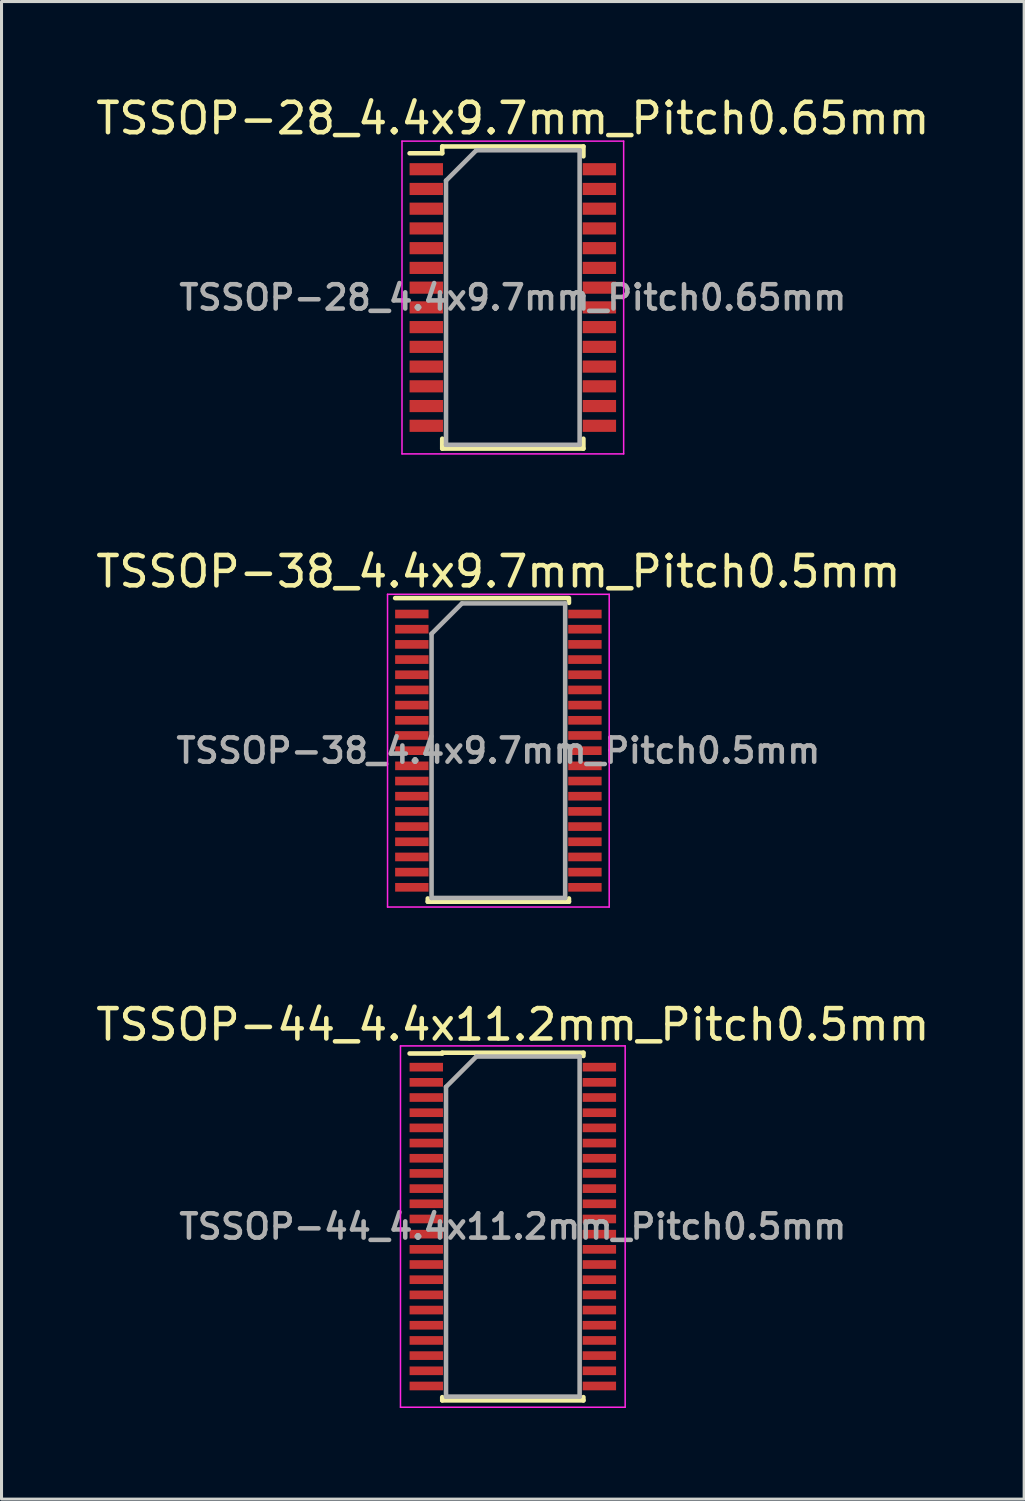
<source format=kicad_pcb>
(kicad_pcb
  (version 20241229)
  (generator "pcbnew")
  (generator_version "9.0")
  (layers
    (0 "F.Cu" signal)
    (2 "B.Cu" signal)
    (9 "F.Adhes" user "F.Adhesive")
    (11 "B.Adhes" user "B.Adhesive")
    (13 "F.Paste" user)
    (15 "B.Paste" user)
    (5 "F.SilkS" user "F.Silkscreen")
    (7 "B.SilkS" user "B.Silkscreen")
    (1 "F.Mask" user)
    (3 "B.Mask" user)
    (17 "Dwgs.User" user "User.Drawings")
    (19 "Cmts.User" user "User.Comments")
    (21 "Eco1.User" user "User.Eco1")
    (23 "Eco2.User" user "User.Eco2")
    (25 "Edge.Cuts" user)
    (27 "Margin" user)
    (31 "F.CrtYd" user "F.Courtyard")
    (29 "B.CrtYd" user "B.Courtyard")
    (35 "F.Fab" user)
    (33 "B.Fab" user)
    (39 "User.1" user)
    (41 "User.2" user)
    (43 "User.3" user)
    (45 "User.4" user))
  (footprint "TSSOP-38_4.4x9.7mm_Pitch0.5mm"
    (layer "F.Cu")
    (at 13.363 21.672)
    (property "Reference" "TSSOP-38_4.4x9.7mm_Pitch0.5mm" (at 0 -5.9 0) (layer "F.SilkS") (effects (font (size 1 1) (thickness 0.15))))
    (attr smd)
    (fp_line (start -3.4 -5.025) (end 2.325 -5.025) (stroke (width 0.15) (type solid)) (layer "F.SilkS"))
    (fp_line (start -2.325 4.975) (end -2.325 4.867) (stroke (width 0.15) (type solid)) (layer "F.SilkS"))
    (fp_line (start -2.325 4.975) (end 2.325 4.975) (stroke (width 0.15) (type solid)) (layer "F.SilkS"))
    (fp_line (start 2.325 -4.975) (end 2.325 -4.867) (stroke (width 0.15) (type solid)) (layer "F.SilkS"))
    (fp_line (start 2.325 4.975) (end 2.325 4.867) (stroke (width 0.15) (type solid)) (layer "F.SilkS"))
    (fp_line (start -3.65 -5.15) (end -3.65 5.15) (stroke (width 0.05) (type solid)) (layer "F.CrtYd"))
    (fp_line (start -3.65 -5.15) (end 3.65 -5.15) (stroke (width 0.05) (type solid)) (layer "F.CrtYd"))
    (fp_line (start -3.65 5.15) (end 3.65 5.15) (stroke (width 0.05) (type solid)) (layer "F.CrtYd"))
    (fp_line (start 3.65 -5.15) (end 3.65 5.15) (stroke (width 0.05) (type solid)) (layer "F.CrtYd"))
    (fp_line (start -2.2 -3.85) (end -1.2 -4.85) (stroke (width 0.15) (type solid)) (layer "F.Fab"))
    (fp_line (start -2.2 4.85) (end -2.2 -3.85) (stroke (width 0.15) (type solid)) (layer "F.Fab"))
    (fp_line (start -1.2 -4.85) (end 2.2 -4.85) (stroke (width 0.15) (type solid)) (layer "F.Fab"))
    (fp_line (start 2.2 -4.85) (end 2.2 4.85) (stroke (width 0.15) (type solid)) (layer "F.Fab"))
    (fp_line (start 2.2 4.85) (end -2.2 4.85) (stroke (width 0.15) (type solid)) (layer "F.Fab"))
    (fp_text user "${REFERENCE}" (at 0 0 0) (layer "F.Fab") (effects (font (size 0.8 0.8) (thickness 0.15))))
    (pad "1" smd rect (at -2.85 -4.5) (size 1.1 0.285) (layers "F.Cu" "F.Mask" "F.Paste"))
    (pad "2" smd rect (at -2.85 -4) (size 1.1 0.285) (layers "F.Cu" "F.Mask" "F.Paste"))
    (pad "3" smd rect (at -2.85 -3.5) (size 1.1 0.285) (layers "F.Cu" "F.Mask" "F.Paste"))
    (pad "4" smd rect (at -2.85 -3) (size 1.1 0.285) (layers "F.Cu" "F.Mask" "F.Paste"))
    (pad "5" smd rect (at -2.85 -2.5) (size 1.1 0.285) (layers "F.Cu" "F.Mask" "F.Paste"))
    (pad "6" smd rect (at -2.85 -2) (size 1.1 0.285) (layers "F.Cu" "F.Mask" "F.Paste"))
    (pad "7" smd rect (at -2.85 -1.5) (size 1.1 0.285) (layers "F.Cu" "F.Mask" "F.Paste"))
    (pad "8" smd rect (at -2.85 -1) (size 1.1 0.285) (layers "F.Cu" "F.Mask" "F.Paste"))
    (pad "9" smd rect (at -2.85 -0.5) (size 1.1 0.285) (layers "F.Cu" "F.Mask" "F.Paste"))
    (pad "10" smd rect (at -2.85 0) (size 1.1 0.285) (layers "F.Cu" "F.Mask" "F.Paste"))
    (pad "11" smd rect (at -2.85 0.5) (size 1.1 0.285) (layers "F.Cu" "F.Mask" "F.Paste"))
    (pad "12" smd rect (at -2.85 1) (size 1.1 0.285) (layers "F.Cu" "F.Mask" "F.Paste"))
    (pad "13" smd rect (at -2.85 1.5) (size 1.1 0.285) (layers "F.Cu" "F.Mask" "F.Paste"))
    (pad "14" smd rect (at -2.85 2) (size 1.1 0.285) (layers "F.Cu" "F.Mask" "F.Paste"))
    (pad "15" smd rect (at -2.85 2.5) (size 1.1 0.285) (layers "F.Cu" "F.Mask" "F.Paste"))
    (pad "16" smd rect (at -2.85 3) (size 1.1 0.285) (layers "F.Cu" "F.Mask" "F.Paste"))
    (pad "17" smd rect (at -2.85 3.5) (size 1.1 0.285) (layers "F.Cu" "F.Mask" "F.Paste"))
    (pad "18" smd rect (at -2.85 4) (size 1.1 0.285) (layers "F.Cu" "F.Mask" "F.Paste"))
    (pad "19" smd rect (at -2.85 4.5) (size 1.1 0.285) (layers "F.Cu" "F.Mask" "F.Paste"))
    (pad "20" smd rect (at 2.85 4.5) (size 1.1 0.285) (layers "F.Cu" "F.Mask" "F.Paste"))
    (pad "21" smd rect (at 2.85 4) (size 1.1 0.285) (layers "F.Cu" "F.Mask" "F.Paste"))
    (pad "22" smd rect (at 2.85 3.5) (size 1.1 0.285) (layers "F.Cu" "F.Mask" "F.Paste"))
    (pad "23" smd rect (at 2.85 3) (size 1.1 0.285) (layers "F.Cu" "F.Mask" "F.Paste"))
    (pad "24" smd rect (at 2.85 2.5) (size 1.1 0.285) (layers "F.Cu" "F.Mask" "F.Paste"))
    (pad "25" smd rect (at 2.85 2) (size 1.1 0.285) (layers "F.Cu" "F.Mask" "F.Paste"))
    (pad "26" smd rect (at 2.85 1.5) (size 1.1 0.285) (layers "F.Cu" "F.Mask" "F.Paste"))
    (pad "27" smd rect (at 2.85 1) (size 1.1 0.285) (layers "F.Cu" "F.Mask" "F.Paste"))
    (pad "28" smd rect (at 2.85 0.5) (size 1.1 0.285) (layers "F.Cu" "F.Mask" "F.Paste"))
    (pad "29" smd rect (at 2.85 0) (size 1.1 0.285) (layers "F.Cu" "F.Mask" "F.Paste"))
    (pad "30" smd rect (at 2.85 -0.5) (size 1.1 0.285) (layers "F.Cu" "F.Mask" "F.Paste"))
    (pad "31" smd rect (at 2.85 -1) (size 1.1 0.285) (layers "F.Cu" "F.Mask" "F.Paste"))
    (pad "32" smd rect (at 2.85 -1.5) (size 1.1 0.285) (layers "F.Cu" "F.Mask" "F.Paste"))
    (pad "33" smd rect (at 2.85 -2) (size 1.1 0.285) (layers "F.Cu" "F.Mask" "F.Paste"))
    (pad "34" smd rect (at 2.85 -2.5) (size 1.1 0.285) (layers "F.Cu" "F.Mask" "F.Paste"))
    (pad "35" smd rect (at 2.85 -3) (size 1.1 0.285) (layers "F.Cu" "F.Mask" "F.Paste"))
    (pad "36" smd rect (at 2.85 -3.5) (size 1.1 0.285) (layers "F.Cu" "F.Mask" "F.Paste"))
    (pad "37" smd rect (at 2.85 -4) (size 1.1 0.285) (layers "F.Cu" "F.Mask" "F.Paste"))
    (pad "38" smd rect (at 2.85 -4.5) (size 1.1 0.285) (layers "F.Cu" "F.Mask" "F.Paste")))
  (footprint "TSSOP-44_4.4x11.2mm_Pitch0.5mm"
    (layer "F.Cu")
    (at 13.839 37.345)
    (property "Reference" "TSSOP-44_4.4x11.2mm_Pitch0.5mm" (at 0 -6.65 0) (layer "F.SilkS") (effects (font (size 1 1) (thickness 0.15))))
    (attr smd)
    (fp_line (start -2.325 -5.725) (end -2.325 -5.7) (stroke (width 0.15) (type solid)) (layer "F.SilkS"))
    (fp_line (start -2.325 -5.725) (end 2.325 -5.725) (stroke (width 0.15) (type solid)) (layer "F.SilkS"))
    (fp_line (start -2.325 -5.7) (end -3.4 -5.7) (stroke (width 0.15) (type solid)) (layer "F.SilkS"))
    (fp_line (start -2.325 5.725) (end -2.325 5.617) (stroke (width 0.15) (type solid)) (layer "F.SilkS"))
    (fp_line (start -2.325 5.725) (end 2.325 5.725) (stroke (width 0.15) (type solid)) (layer "F.SilkS"))
    (fp_line (start 2.325 -5.725) (end 2.325 -5.617) (stroke (width 0.15) (type solid)) (layer "F.SilkS"))
    (fp_line (start 2.325 5.725) (end 2.325 5.617) (stroke (width 0.15) (type solid)) (layer "F.SilkS"))
    (fp_line (start -3.7 -5.95) (end -3.7 5.95) (stroke (width 0.05) (type solid)) (layer "F.CrtYd"))
    (fp_line (start -3.7 -5.95) (end 3.7 -5.95) (stroke (width 0.05) (type solid)) (layer "F.CrtYd"))
    (fp_line (start -3.7 5.95) (end 3.7 5.95) (stroke (width 0.05) (type solid)) (layer "F.CrtYd"))
    (fp_line (start 3.7 -5.95) (end 3.7 5.95) (stroke (width 0.05) (type solid)) (layer "F.CrtYd"))
    (fp_line (start -2.2 -4.6) (end -1.2 -5.6) (stroke (width 0.15) (type solid)) (layer "F.Fab"))
    (fp_line (start -2.2 5.6) (end -2.2 -4.6) (stroke (width 0.15) (type solid)) (layer "F.Fab"))
    (fp_line (start -1.2 -5.6) (end 2.2 -5.6) (stroke (width 0.15) (type solid)) (layer "F.Fab"))
    (fp_line (start 2.2 -5.6) (end 2.2 5.6) (stroke (width 0.15) (type solid)) (layer "F.Fab"))
    (fp_line (start 2.2 5.6) (end -2.2 5.6) (stroke (width 0.15) (type solid)) (layer "F.Fab"))
    (fp_text user "${REFERENCE}" (at 0 0 0) (layer "F.Fab") (effects (font (size 0.8 0.8) (thickness 0.15))))
    (pad "1" smd rect (at -2.85 -5.25) (size 1.1 0.285) (layers "F.Cu" "F.Mask" "F.Paste"))
    (pad "2" smd rect (at -2.85 -4.75) (size 1.1 0.285) (layers "F.Cu" "F.Mask" "F.Paste"))
    (pad "3" smd rect (at -2.85 -4.25) (size 1.1 0.285) (layers "F.Cu" "F.Mask" "F.Paste"))
    (pad "4" smd rect (at -2.85 -3.75) (size 1.1 0.285) (layers "F.Cu" "F.Mask" "F.Paste"))
    (pad "5" smd rect (at -2.85 -3.25) (size 1.1 0.285) (layers "F.Cu" "F.Mask" "F.Paste"))
    (pad "6" smd rect (at -2.85 -2.75) (size 1.1 0.285) (layers "F.Cu" "F.Mask" "F.Paste"))
    (pad "7" smd rect (at -2.85 -2.25) (size 1.1 0.285) (layers "F.Cu" "F.Mask" "F.Paste"))
    (pad "8" smd rect (at -2.85 -1.75) (size 1.1 0.285) (layers "F.Cu" "F.Mask" "F.Paste"))
    (pad "9" smd rect (at -2.85 -1.25) (size 1.1 0.285) (layers "F.Cu" "F.Mask" "F.Paste"))
    (pad "10" smd rect (at -2.85 -0.75) (size 1.1 0.285) (layers "F.Cu" "F.Mask" "F.Paste"))
    (pad "11" smd rect (at -2.85 -0.25) (size 1.1 0.285) (layers "F.Cu" "F.Mask" "F.Paste"))
    (pad "12" smd rect (at -2.85 0.25) (size 1.1 0.285) (layers "F.Cu" "F.Mask" "F.Paste"))
    (pad "13" smd rect (at -2.85 0.75) (size 1.1 0.285) (layers "F.Cu" "F.Mask" "F.Paste"))
    (pad "14" smd rect (at -2.85 1.25) (size 1.1 0.285) (layers "F.Cu" "F.Mask" "F.Paste"))
    (pad "15" smd rect (at -2.85 1.75) (size 1.1 0.285) (layers "F.Cu" "F.Mask" "F.Paste"))
    (pad "16" smd rect (at -2.85 2.25) (size 1.1 0.285) (layers "F.Cu" "F.Mask" "F.Paste"))
    (pad "17" smd rect (at -2.85 2.75) (size 1.1 0.285) (layers "F.Cu" "F.Mask" "F.Paste"))
    (pad "18" smd rect (at -2.85 3.25) (size 1.1 0.285) (layers "F.Cu" "F.Mask" "F.Paste"))
    (pad "19" smd rect (at -2.85 3.75) (size 1.1 0.285) (layers "F.Cu" "F.Mask" "F.Paste"))
    (pad "20" smd rect (at -2.85 4.25) (size 1.1 0.285) (layers "F.Cu" "F.Mask" "F.Paste"))
    (pad "21" smd rect (at -2.85 4.75) (size 1.1 0.285) (layers "F.Cu" "F.Mask" "F.Paste"))
    (pad "22" smd rect (at -2.85 5.25) (size 1.1 0.285) (layers "F.Cu" "F.Mask" "F.Paste"))
    (pad "23" smd rect (at 2.85 5.25) (size 1.1 0.285) (layers "F.Cu" "F.Mask" "F.Paste"))
    (pad "24" smd rect (at 2.85 4.75) (size 1.1 0.285) (layers "F.Cu" "F.Mask" "F.Paste"))
    (pad "25" smd rect (at 2.85 4.25) (size 1.1 0.285) (layers "F.Cu" "F.Mask" "F.Paste"))
    (pad "26" smd rect (at 2.85 3.75) (size 1.1 0.285) (layers "F.Cu" "F.Mask" "F.Paste"))
    (pad "27" smd rect (at 2.85 3.25) (size 1.1 0.285) (layers "F.Cu" "F.Mask" "F.Paste"))
    (pad "28" smd rect (at 2.85 2.75) (size 1.1 0.285) (layers "F.Cu" "F.Mask" "F.Paste"))
    (pad "29" smd rect (at 2.85 2.25) (size 1.1 0.285) (layers "F.Cu" "F.Mask" "F.Paste"))
    (pad "30" smd rect (at 2.85 1.75) (size 1.1 0.285) (layers "F.Cu" "F.Mask" "F.Paste"))
    (pad "31" smd rect (at 2.85 1.25) (size 1.1 0.285) (layers "F.Cu" "F.Mask" "F.Paste"))
    (pad "32" smd rect (at 2.85 0.75) (size 1.1 0.285) (layers "F.Cu" "F.Mask" "F.Paste"))
    (pad "33" smd rect (at 2.85 0.25) (size 1.1 0.285) (layers "F.Cu" "F.Mask" "F.Paste"))
    (pad "34" smd rect (at 2.85 -0.25) (size 1.1 0.285) (layers "F.Cu" "F.Mask" "F.Paste"))
    (pad "35" smd rect (at 2.85 -0.75) (size 1.1 0.285) (layers "F.Cu" "F.Mask" "F.Paste"))
    (pad "36" smd rect (at 2.85 -1.25) (size 1.1 0.285) (layers "F.Cu" "F.Mask" "F.Paste"))
    (pad "37" smd rect (at 2.85 -1.75) (size 1.1 0.285) (layers "F.Cu" "F.Mask" "F.Paste"))
    (pad "38" smd rect (at 2.85 -2.25) (size 1.1 0.285) (layers "F.Cu" "F.Mask" "F.Paste"))
    (pad "39" smd rect (at 2.85 -2.75) (size 1.1 0.285) (layers "F.Cu" "F.Mask" "F.Paste"))
    (pad "40" smd rect (at 2.85 -3.25) (size 1.1 0.285) (layers "F.Cu" "F.Mask" "F.Paste"))
    (pad "41" smd rect (at 2.85 -3.75) (size 1.1 0.285) (layers "F.Cu" "F.Mask" "F.Paste"))
    (pad "42" smd rect (at 2.85 -4.25) (size 1.1 0.285) (layers "F.Cu" "F.Mask" "F.Paste"))
    (pad "43" smd rect (at 2.85 -4.75) (size 1.1 0.285) (layers "F.Cu" "F.Mask" "F.Paste"))
    (pad "44" smd rect (at 2.85 -5.25) (size 1.1 0.285) (layers "F.Cu" "F.Mask" "F.Paste")))
  (footprint "TSSOP-28_4.4x9.7mm_Pitch0.65mm"
    (layer "F.Cu")
    (at 13.839 6.748)
    (property "Reference" "TSSOP-28_4.4x9.7mm_Pitch0.65mm" (at 0 -5.9 0) (layer "F.SilkS") (effects (font (size 1 1) (thickness 0.15))))
    (attr smd)
    (fp_line (start -2.325 -4.975) (end -2.325 -4.75) (stroke (width 0.15) (type solid)) (layer "F.SilkS"))
    (fp_line (start -2.325 -4.975) (end 2.325 -4.975) (stroke (width 0.15) (type solid)) (layer "F.SilkS"))
    (fp_line (start -2.325 -4.75) (end -3.4 -4.75) (stroke (width 0.15) (type solid)) (layer "F.SilkS"))
    (fp_line (start -2.325 4.975) (end -2.325 4.65) (stroke (width 0.15) (type solid)) (layer "F.SilkS"))
    (fp_line (start -2.325 4.975) (end 2.325 4.975) (stroke (width 0.15) (type solid)) (layer "F.SilkS"))
    (fp_line (start 2.325 -4.975) (end 2.325 -4.65) (stroke (width 0.15) (type solid)) (layer "F.SilkS"))
    (fp_line (start 2.325 4.975) (end 2.325 4.65) (stroke (width 0.15) (type solid)) (layer "F.SilkS"))
    (fp_line (start -3.65 -5.15) (end -3.65 5.15) (stroke (width 0.05) (type solid)) (layer "F.CrtYd"))
    (fp_line (start -3.65 -5.15) (end 3.65 -5.15) (stroke (width 0.05) (type solid)) (layer "F.CrtYd"))
    (fp_line (start -3.65 5.15) (end 3.65 5.15) (stroke (width 0.05) (type solid)) (layer "F.CrtYd"))
    (fp_line (start 3.65 -5.15) (end 3.65 5.15) (stroke (width 0.05) (type solid)) (layer "F.CrtYd"))
    (fp_line (start -2.2 -3.85) (end -1.2 -4.85) (stroke (width 0.15) (type solid)) (layer "F.Fab"))
    (fp_line (start -2.2 4.85) (end -2.2 -3.85) (stroke (width 0.15) (type solid)) (layer "F.Fab"))
    (fp_line (start -1.2 -4.85) (end 2.2 -4.85) (stroke (width 0.15) (type solid)) (layer "F.Fab"))
    (fp_line (start 2.2 -4.85) (end 2.2 4.85) (stroke (width 0.15) (type solid)) (layer "F.Fab"))
    (fp_line (start 2.2 4.85) (end -2.2 4.85) (stroke (width 0.15) (type solid)) (layer "F.Fab"))
    (fp_text user "${REFERENCE}" (at 0 0 0) (layer "F.Fab") (effects (font (size 0.8 0.8) (thickness 0.15))))
    (pad "1" smd rect (at -2.85 -4.225) (size 1.1 0.4) (layers "F.Cu" "F.Mask" "F.Paste"))
    (pad "2" smd rect (at -2.85 -3.575) (size 1.1 0.4) (layers "F.Cu" "F.Mask" "F.Paste"))
    (pad "3" smd rect (at -2.85 -2.925) (size 1.1 0.4) (layers "F.Cu" "F.Mask" "F.Paste"))
    (pad "4" smd rect (at -2.85 -2.275) (size 1.1 0.4) (layers "F.Cu" "F.Mask" "F.Paste"))
    (pad "5" smd rect (at -2.85 -1.625) (size 1.1 0.4) (layers "F.Cu" "F.Mask" "F.Paste"))
    (pad "6" smd rect (at -2.85 -0.975) (size 1.1 0.4) (layers "F.Cu" "F.Mask" "F.Paste"))
    (pad "7" smd rect (at -2.85 -0.325) (size 1.1 0.4) (layers "F.Cu" "F.Mask" "F.Paste"))
    (pad "8" smd rect (at -2.85 0.325) (size 1.1 0.4) (layers "F.Cu" "F.Mask" "F.Paste"))
    (pad "9" smd rect (at -2.85 0.975) (size 1.1 0.4) (layers "F.Cu" "F.Mask" "F.Paste"))
    (pad "10" smd rect (at -2.85 1.625) (size 1.1 0.4) (layers "F.Cu" "F.Mask" "F.Paste"))
    (pad "11" smd rect (at -2.85 2.275) (size 1.1 0.4) (layers "F.Cu" "F.Mask" "F.Paste"))
    (pad "12" smd rect (at -2.85 2.925) (size 1.1 0.4) (layers "F.Cu" "F.Mask" "F.Paste"))
    (pad "13" smd rect (at -2.85 3.575) (size 1.1 0.4) (layers "F.Cu" "F.Mask" "F.Paste"))
    (pad "14" smd rect (at -2.85 4.225) (size 1.1 0.4) (layers "F.Cu" "F.Mask" "F.Paste"))
    (pad "15" smd rect (at 2.85 4.225) (size 1.1 0.4) (layers "F.Cu" "F.Mask" "F.Paste"))
    (pad "16" smd rect (at 2.85 3.575) (size 1.1 0.4) (layers "F.Cu" "F.Mask" "F.Paste"))
    (pad "17" smd rect (at 2.85 2.925) (size 1.1 0.4) (layers "F.Cu" "F.Mask" "F.Paste"))
    (pad "18" smd rect (at 2.85 2.275) (size 1.1 0.4) (layers "F.Cu" "F.Mask" "F.Paste"))
    (pad "19" smd rect (at 2.85 1.625) (size 1.1 0.4) (layers "F.Cu" "F.Mask" "F.Paste"))
    (pad "20" smd rect (at 2.85 0.975) (size 1.1 0.4) (layers "F.Cu" "F.Mask" "F.Paste"))
    (pad "21" smd rect (at 2.85 0.325) (size 1.1 0.4) (layers "F.Cu" "F.Mask" "F.Paste"))
    (pad "22" smd rect (at 2.85 -0.325) (size 1.1 0.4) (layers "F.Cu" "F.Mask" "F.Paste"))
    (pad "23" smd rect (at 2.85 -0.975) (size 1.1 0.4) (layers "F.Cu" "F.Mask" "F.Paste"))
    (pad "24" smd rect (at 2.85 -1.625) (size 1.1 0.4) (layers "F.Cu" "F.Mask" "F.Paste"))
    (pad "25" smd rect (at 2.85 -2.275) (size 1.1 0.4) (layers "F.Cu" "F.Mask" "F.Paste"))
    (pad "26" smd rect (at 2.85 -2.925) (size 1.1 0.4) (layers "F.Cu" "F.Mask" "F.Paste"))
    (pad "27" smd rect (at 2.85 -3.575) (size 1.1 0.4) (layers "F.Cu" "F.Mask" "F.Paste"))
    (pad "28" smd rect (at 2.85 -4.225) (size 1.1 0.4) (layers "F.Cu" "F.Mask" "F.Paste")))
  (gr_rect
    (start -3 -3)
    (end 30.679 46.32)
    (stroke (width 0.1) (type default))
    (fill no)
    (layer "Edge.Cuts")))
</source>
